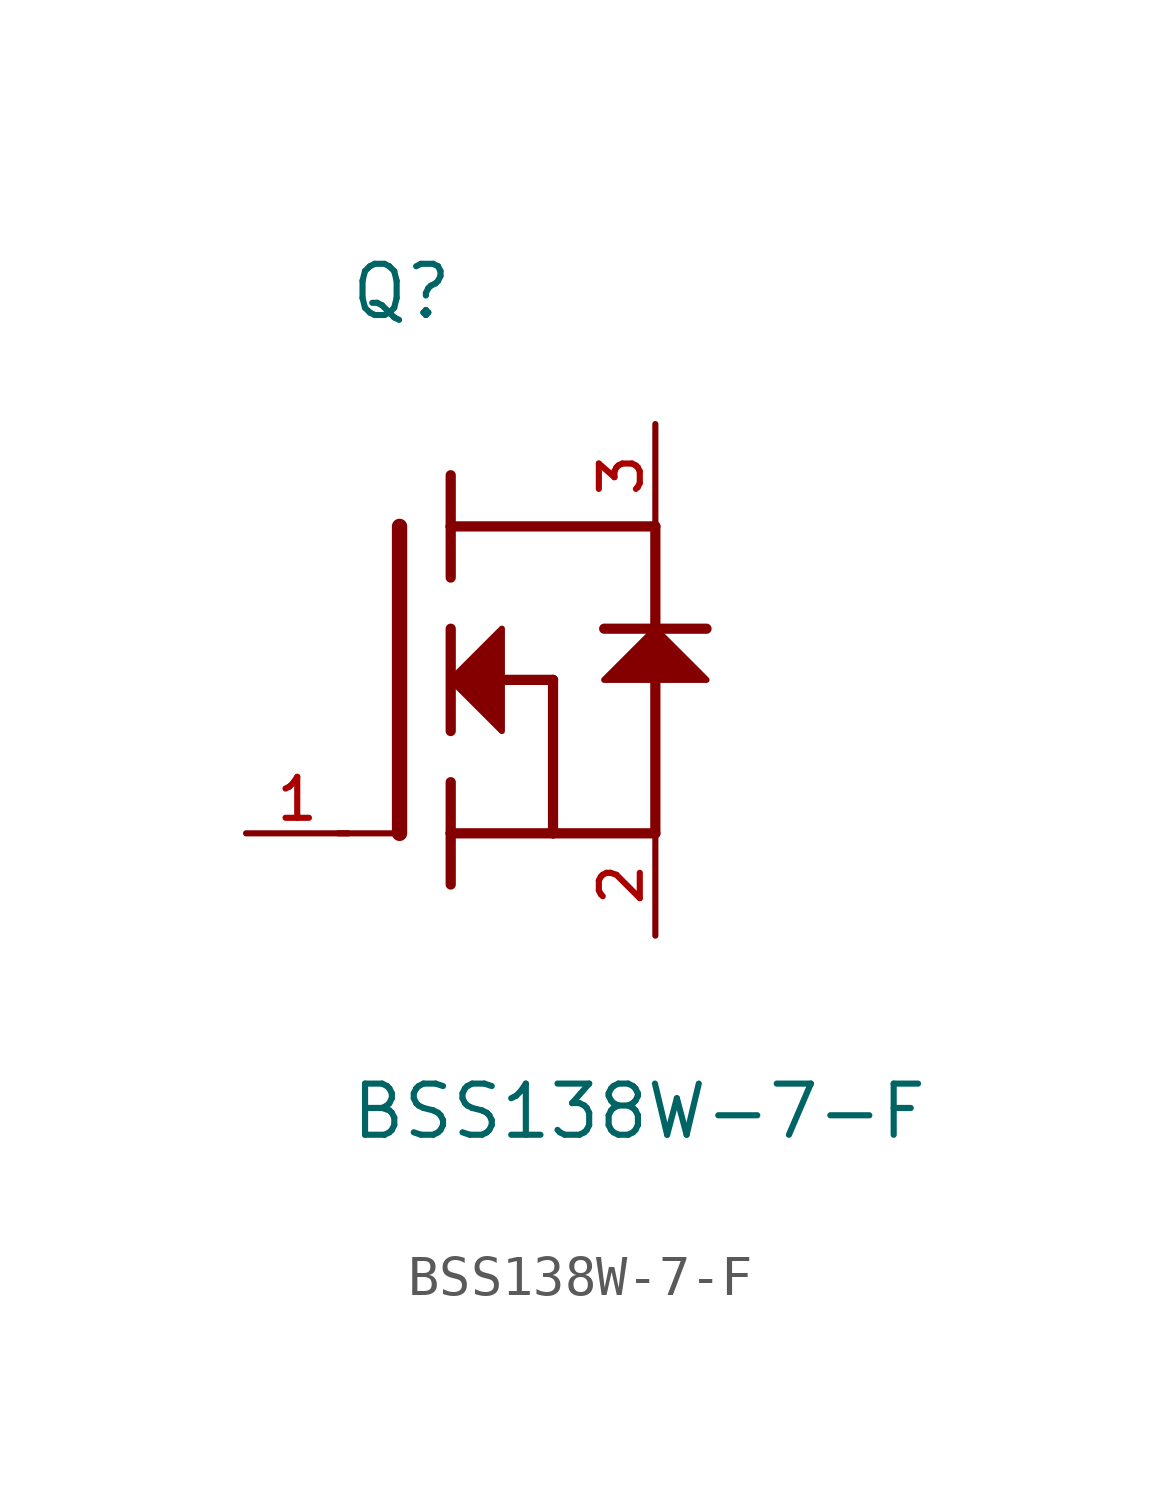
<source format=kicad_sym>
(kicad_symbol_lib
  (version 20211014)
  (generator kicad_symbol_editor)
  (symbol "BSS138W-7-F"
    (pin_names
      (offset 1.016))
    (property "Reference" "Q"
      (at -5.071 7.625 0)
      (effects (font (size 1.27 1.27)) (justify bottom left)))
    (property "Value" "BSS138W-7-F"
      (at -5.069 -12.726 0)
      (effects (font (size 1.27 1.27)) (justify bottom left)))
    (symbol "BSS138W-7-F_0_0"
      (polyline (pts (xy -3.81 2.54) (xy -3.81 -5.08)) (stroke (width 0.381)))
      (polyline (pts (xy 1.27 0.0) (xy 2.54 0.0)) (stroke (width 0.254)))
      (polyline (pts (xy 2.54 0.0) (xy 3.81 0.0)) (stroke (width 0.254)))
      (polyline (pts (xy -3.81 -5.08) (xy -5.334 -5.08)) (stroke (width 0.152)))
      (polyline (pts (xy -2.54 -1.27) (xy -1.27 0.0) (xy -1.27 -2.54) (xy -2.54 -1.27)) (stroke (width 0.152)) (fill (type outline)))
      (polyline (pts (xy 2.54 0.0) (xy 1.27 -1.27) (xy 3.81 -1.27) (xy 2.54 0.0)) (stroke (width 0.152)) (fill (type outline)))
      (polyline (pts (xy -2.54 3.81) (xy -2.54 2.54)) (stroke (width 0.254)))
      (polyline (pts (xy -2.54 2.54) (xy -2.54 1.27)) (stroke (width 0.254)))
      (polyline (pts (xy -2.54 0.0) (xy -2.54 -2.54)) (stroke (width 0.254)))
      (polyline (pts (xy -2.54 -3.81) (xy -2.54 -5.08)) (stroke (width 0.254)))
      (polyline (pts (xy -2.54 -5.08) (xy -2.54 -6.35)) (stroke (width 0.254)))
      (polyline (pts (xy -2.54 -5.08) (xy 0.0 -5.08)) (stroke (width 0.254)))
      (polyline (pts (xy 0.0 -5.08) (xy 2.54 -5.08)) (stroke (width 0.254)))
      (polyline (pts (xy 2.54 -5.08) (xy 2.54 -1.27)) (stroke (width 0.254)))
      (polyline (pts (xy -1.27 -1.27) (xy 0.0 -1.27)) (stroke (width 0.254)))
      (polyline (pts (xy 0.0 -1.27) (xy 0.0 -5.08)) (stroke (width 0.254)))
      (polyline (pts (xy 2.54 0.0) (xy 2.54 2.54)) (stroke (width 0.254)))
      (polyline (pts (xy -2.54 2.54) (xy 2.54 2.54)) (stroke (width 0.254)))
      (pin passive line (at 2.54 5.08 270.0) (length 2.54) (name "~" (effects (font (size 1.016 1.016)))) (number "3" (effects (font (size 1.016 1.016)))))
      (pin passive line (at -7.62 -5.08 0) (length 2.54) (name "~" (effects (font (size 1.016 1.016)))) (number "1" (effects (font (size 1.016 1.016)))))
      (pin passive line (at 2.54 -7.62 90.0) (length 2.54) (name "~" (effects (font (size 1.016 1.016)))) (number "2" (effects (font (size 1.016 1.016))))))))
</source>
